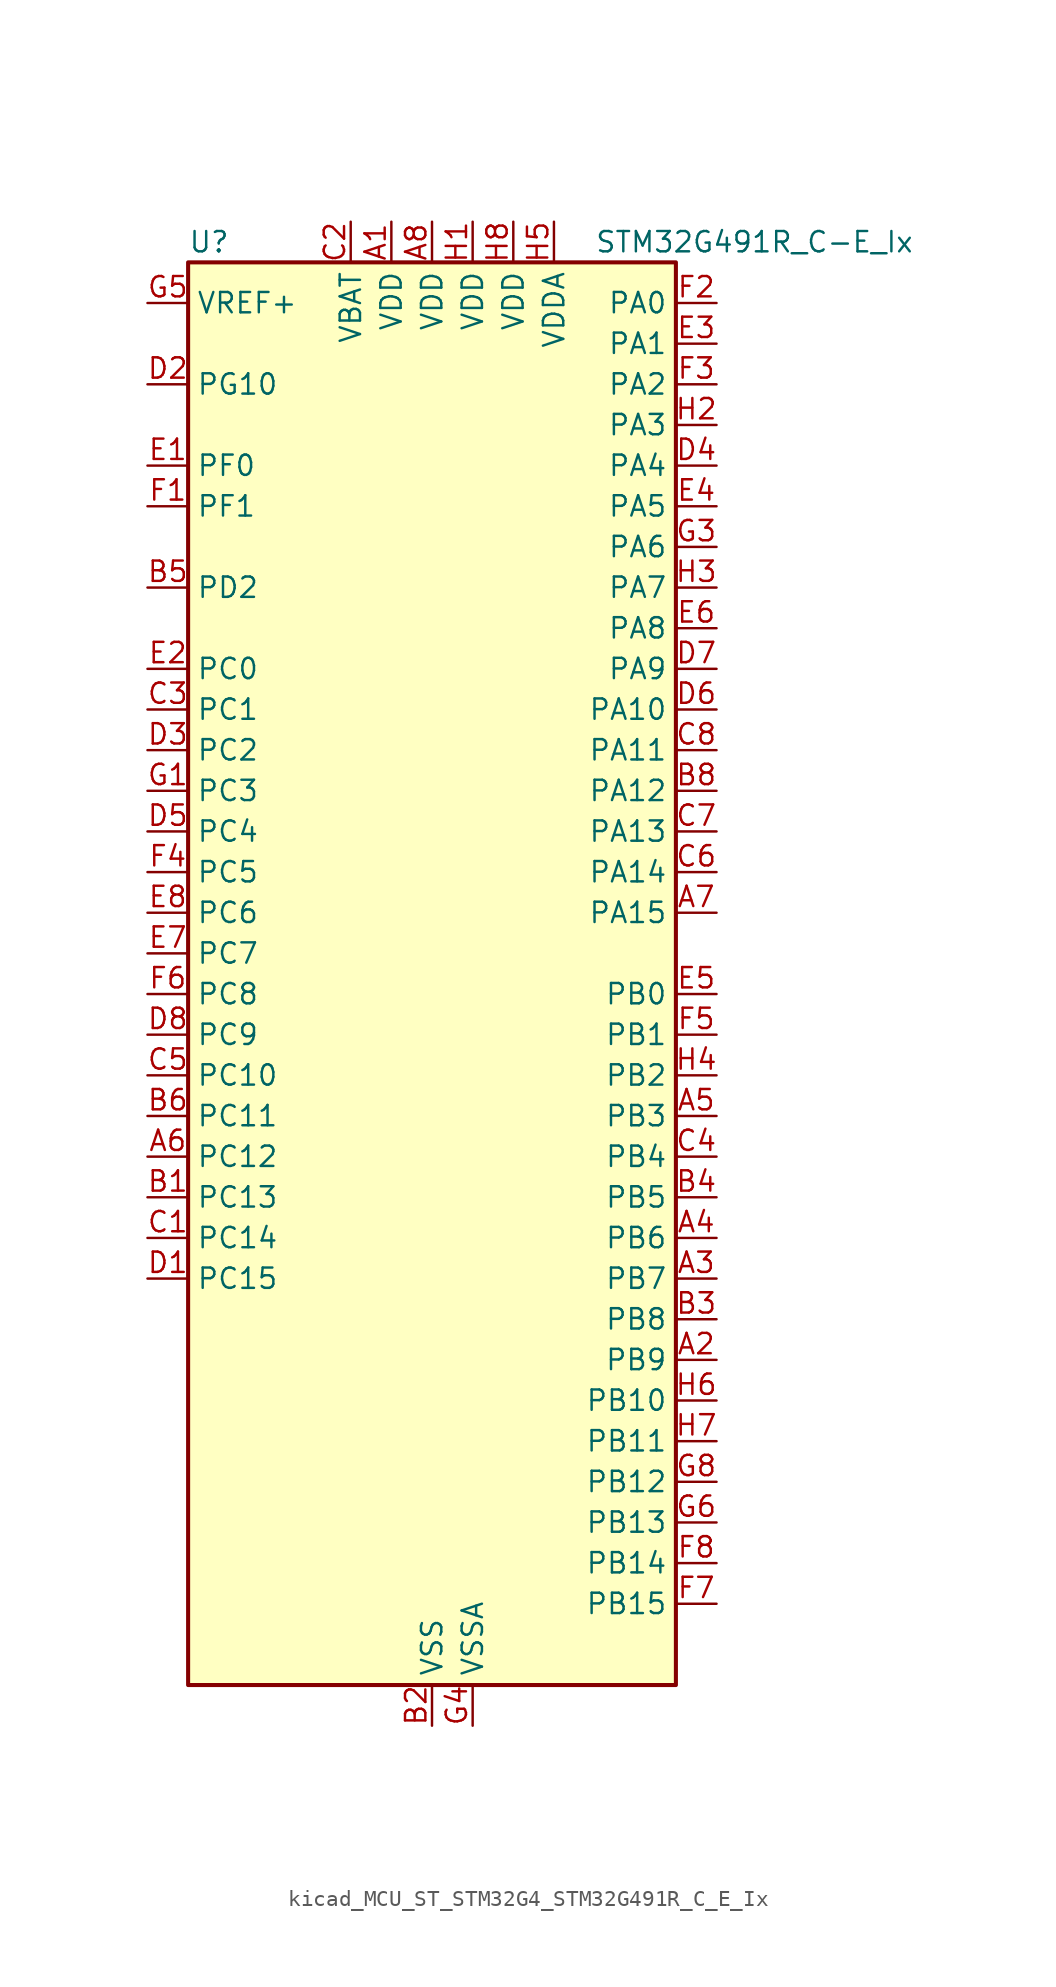
<source format=kicad_sym>
(kicad_symbol_lib
  (version 20220914)
  (generator kicad_symbol_editor)
  (symbol "kicad_MCU_ST_STM32G4_STM32G491R_C_E_Ix"
    (property "Reference" "U"
      (at -15.24 46.99 0)
      (effects (font (size 1.27 1.27)) (justify left)))
    (property "Value" "STM32G491R_C-E_Ix"
      (at 10.16 46.99 0)
      (effects (font (size 1.27 1.27)) (justify left)))
    (property "ki_locked" ""
      (at 0 0 0)
      (effects (font (size 1.27 1.27))))
    (symbol "kicad_MCU_ST_STM32G4_STM32G491R_C_E_Ix_0_1"
      (rectangle (start -15.24 -43.18) (end 15.24 45.72) (stroke (width 0.254) (type default)) (fill (type background))))
    (symbol "kicad_MCU_ST_STM32G4_STM32G491R_C_E_Ix_1_1"
      (pin power_in line (at -2.54 48.26 270) (length 2.54) (name "VDD" (effects (font (size 1.27 1.27)))) (number "A1" (effects (font (size 1.27 1.27)))))
      (pin bidirectional line (at 17.78 -22.86 180) (length 2.54) (name "PB9" (effects (font (size 1.27 1.27)))) (number "A2" (effects (font (size 1.27 1.27)))) (alternate "COMP2_OUT" bidirectional line) (alternate "DAC1_EXTI9" bidirectional line) (alternate "DAC3_EXTI9" bidirectional line) (alternate "FDCAN1_TX" bidirectional line) (alternate "I2C1_SDA" bidirectional line) (alternate "IR_OUT" bidirectional line) (alternate "SAI1_D2" bidirectional line) (alternate "SAI1_FS_A" bidirectional line) (alternate "TIM17_CH1" bidirectional line) (alternate "TIM1_CH3N" bidirectional line) (alternate "TIM4_CH4" bidirectional line) (alternate "TIM8_CH3" bidirectional line) (alternate "USART3_TX" bidirectional line))
      (pin bidirectional line (at 17.78 -17.78 180) (length 2.54) (name "PB7" (effects (font (size 1.27 1.27)))) (number "A3" (effects (font (size 1.27 1.27)))) (alternate "COMP3_OUT" bidirectional line) (alternate "I2C1_SDA" bidirectional line) (alternate "LPTIM1_IN2" bidirectional line) (alternate "SYS_PVD_IN" bidirectional line) (alternate "TIM17_CH1N" bidirectional line) (alternate "TIM3_CH4" bidirectional line) (alternate "TIM4_CH2" bidirectional line) (alternate "TIM8_BKIN" bidirectional line) (alternate "UART4_CTS" bidirectional line) (alternate "USART1_RX" bidirectional line))
      (pin bidirectional line (at 17.78 -15.24 180) (length 2.54) (name "PB6" (effects (font (size 1.27 1.27)))) (number "A4" (effects (font (size 1.27 1.27)))) (alternate "COMP4_OUT" bidirectional line) (alternate "FDCAN2_TX" bidirectional line) (alternate "LPTIM1_ETR" bidirectional line) (alternate "SAI1_FS_B" bidirectional line) (alternate "TIM16_CH1N" bidirectional line) (alternate "TIM4_CH1" bidirectional line) (alternate "TIM8_BKIN2" bidirectional line) (alternate "TIM8_CH1" bidirectional line) (alternate "TIM8_ETR" bidirectional line) (alternate "UCPD1_CC1" bidirectional line) (alternate "USART1_TX" bidirectional line))
      (pin bidirectional line (at 17.78 -7.62 180) (length 2.54) (name "PB3" (effects (font (size 1.27 1.27)))) (number "A5" (effects (font (size 1.27 1.27)))) (alternate "ADC3_EXTI3" bidirectional line) (alternate "CRS_SYNC" bidirectional line) (alternate "I2S3_CK" bidirectional line) (alternate "SAI1_SCK_B" bidirectional line) (alternate "SPI1_SCK" bidirectional line) (alternate "SPI3_SCK" bidirectional line) (alternate "SYS_JTDO-SWO" bidirectional line) (alternate "TIM2_CH2" bidirectional line) (alternate "TIM3_ETR" bidirectional line) (alternate "TIM4_ETR" bidirectional line) (alternate "TIM8_CH1N" bidirectional line) (alternate "USART2_TX" bidirectional line))
      (pin bidirectional line (at -17.78 -10.16 0) (length 2.54) (name "PC12" (effects (font (size 1.27 1.27)))) (number "A6" (effects (font (size 1.27 1.27)))) (alternate "I2S3_SD" bidirectional line) (alternate "SPI3_MOSI" bidirectional line) (alternate "TIM8_CH3N" bidirectional line) (alternate "UART5_TX" bidirectional line) (alternate "UCPD1_FRSTX1" bidirectional line) (alternate "UCPD1_FRSTX2" bidirectional line) (alternate "USART3_CK" bidirectional line))
      (pin bidirectional line (at 17.78 5.08 180) (length 2.54) (name "PA15" (effects (font (size 1.27 1.27)))) (number "A7" (effects (font (size 1.27 1.27)))) (alternate "ADC1_EXTI15" bidirectional line) (alternate "ADC2_EXTI15" bidirectional line) (alternate "I2C1_SCL" bidirectional line) (alternate "I2S3_WS" bidirectional line) (alternate "SPI1_NSS" bidirectional line) (alternate "SPI3_NSS" bidirectional line) (alternate "SYS_JTDI" bidirectional line) (alternate "TIM1_BKIN" bidirectional line) (alternate "TIM20_ETR" bidirectional line) (alternate "TIM2_CH1" bidirectional line) (alternate "TIM2_ETR" bidirectional line) (alternate "TIM8_CH1" bidirectional line) (alternate "UART4_DE" bidirectional line) (alternate "UART4_RTS" bidirectional line) (alternate "USART2_RX" bidirectional line))
      (pin power_in line (at 0 48.26 270) (length 2.54) (name "VDD" (effects (font (size 1.27 1.27)))) (number "A8" (effects (font (size 1.27 1.27)))))
      (pin bidirectional line (at -17.78 -12.7 0) (length 2.54) (name "PC13" (effects (font (size 1.27 1.27)))) (number "B1" (effects (font (size 1.27 1.27)))) (alternate "RTC_OUT1" bidirectional line) (alternate "RTC_TAMP1" bidirectional line) (alternate "RTC_TS" bidirectional line) (alternate "SYS_WKUP2" bidirectional line) (alternate "TIM1_BKIN" bidirectional line) (alternate "TIM1_CH1N" bidirectional line) (alternate "TIM8_CH4N" bidirectional line))
      (pin power_in line (at 0 -45.72 90) (length 2.54) (name "VSS" (effects (font (size 1.27 1.27)))) (number "B2" (effects (font (size 1.27 1.27)))))
      (pin bidirectional line (at 17.78 -20.32 180) (length 2.54) (name "PB8" (effects (font (size 1.27 1.27)))) (number "B3" (effects (font (size 1.27 1.27)))) (alternate "COMP1_OUT" bidirectional line) (alternate "FDCAN1_RX" bidirectional line) (alternate "I2C1_SCL" bidirectional line) (alternate "SAI1_CK1" bidirectional line) (alternate "SAI1_MCLK_A" bidirectional line) (alternate "TIM16_CH1" bidirectional line) (alternate "TIM1_BKIN" bidirectional line) (alternate "TIM4_CH3" bidirectional line) (alternate "TIM8_CH2" bidirectional line) (alternate "USART3_RX" bidirectional line))
      (pin bidirectional line (at 17.78 -12.7 180) (length 2.54) (name "PB5" (effects (font (size 1.27 1.27)))) (number "B4" (effects (font (size 1.27 1.27)))) (alternate "FDCAN2_RX" bidirectional line) (alternate "I2C1_SMBA" bidirectional line) (alternate "I2C3_SDA" bidirectional line) (alternate "I2S3_SD" bidirectional line) (alternate "LPTIM1_IN1" bidirectional line) (alternate "SAI1_SD_B" bidirectional line) (alternate "SPI1_MOSI" bidirectional line) (alternate "SPI3_MOSI" bidirectional line) (alternate "TIM16_BKIN" bidirectional line) (alternate "TIM17_CH1" bidirectional line) (alternate "TIM3_CH2" bidirectional line) (alternate "TIM8_CH3N" bidirectional line) (alternate "UART5_CTS" bidirectional line) (alternate "USART2_CK" bidirectional line))
      (pin bidirectional line (at -17.78 25.4 0) (length 2.54) (name "PD2" (effects (font (size 1.27 1.27)))) (number "B5" (effects (font (size 1.27 1.27)))) (alternate "ADC3_EXTI2" bidirectional line) (alternate "TIM3_ETR" bidirectional line) (alternate "TIM8_BKIN" bidirectional line) (alternate "UART5_RX" bidirectional line))
      (pin bidirectional line (at -17.78 -7.62 0) (length 2.54) (name "PC11" (effects (font (size 1.27 1.27)))) (number "B6" (effects (font (size 1.27 1.27)))) (alternate "ADC1_EXTI11" bidirectional line) (alternate "ADC2_EXTI11" bidirectional line) (alternate "I2C3_SDA" bidirectional line) (alternate "SPI3_MISO" bidirectional line) (alternate "TIM8_CH2N" bidirectional line) (alternate "UART4_RX" bidirectional line) (alternate "USART3_RX" bidirectional line))
      (pin passive line (at 0 -45.72 90) (length 2.54) hide (name "VSS" (effects (font (size 1.27 1.27)))) (number "B7" (effects (font (size 1.27 1.27)))))
      (pin bidirectional line (at 17.78 12.7 180) (length 2.54) (name "PA12" (effects (font (size 1.27 1.27)))) (number "B8" (effects (font (size 1.27 1.27)))) (alternate "COMP2_OUT" bidirectional line) (alternate "FDCAN1_TX" bidirectional line) (alternate "I2S_CKIN" bidirectional line) (alternate "TIM16_CH1" bidirectional line) (alternate "TIM1_CH2N" bidirectional line) (alternate "TIM1_ETR" bidirectional line) (alternate "TIM4_CH2" bidirectional line) (alternate "USART1_DE" bidirectional line) (alternate "USART1_RTS" bidirectional line) (alternate "USB_DP" bidirectional line))
      (pin bidirectional line (at -17.78 -15.24 0) (length 2.54) (name "PC14" (effects (font (size 1.27 1.27)))) (number "C1" (effects (font (size 1.27 1.27)))) (alternate "RCC_OSC32_IN" bidirectional line))
      (pin power_in line (at -5.08 48.26 270) (length 2.54) (name "VBAT" (effects (font (size 1.27 1.27)))) (number "C2" (effects (font (size 1.27 1.27)))))
      (pin bidirectional line (at -17.78 17.78 0) (length 2.54) (name "PC1" (effects (font (size 1.27 1.27)))) (number "C3" (effects (font (size 1.27 1.27)))) (alternate "ADC1_IN7" bidirectional line) (alternate "ADC2_IN7" bidirectional line) (alternate "COMP3_INP" bidirectional line) (alternate "LPTIM1_OUT" bidirectional line) (alternate "LPUART1_TX" bidirectional line) (alternate "QUADSPI1_BK2_IO0" bidirectional line) (alternate "SAI1_SD_A" bidirectional line) (alternate "TIM1_CH2" bidirectional line))
      (pin bidirectional line (at 17.78 -10.16 180) (length 2.54) (name "PB4" (effects (font (size 1.27 1.27)))) (number "C4" (effects (font (size 1.27 1.27)))) (alternate "SAI1_MCLK_B" bidirectional line) (alternate "SPI1_MISO" bidirectional line) (alternate "SPI3_MISO" bidirectional line) (alternate "SYS_JTRST" bidirectional line) (alternate "TIM16_CH1" bidirectional line) (alternate "TIM17_BKIN" bidirectional line) (alternate "TIM3_CH1" bidirectional line) (alternate "TIM8_CH2N" bidirectional line) (alternate "UART5_DE" bidirectional line) (alternate "UART5_RTS" bidirectional line) (alternate "UCPD1_CC2" bidirectional line) (alternate "USART2_RX" bidirectional line))
      (pin bidirectional line (at -17.78 -5.08 0) (length 2.54) (name "PC10" (effects (font (size 1.27 1.27)))) (number "C5" (effects (font (size 1.27 1.27)))) (alternate "DAC1_EXTI10" bidirectional line) (alternate "DAC3_EXTI10" bidirectional line) (alternate "I2S3_CK" bidirectional line) (alternate "SPI3_SCK" bidirectional line) (alternate "TIM8_CH1N" bidirectional line) (alternate "UART4_TX" bidirectional line) (alternate "USART3_TX" bidirectional line))
      (pin bidirectional line (at 17.78 7.62 180) (length 2.54) (name "PA14" (effects (font (size 1.27 1.27)))) (number "C6" (effects (font (size 1.27 1.27)))) (alternate "I2C1_SDA" bidirectional line) (alternate "LPTIM1_OUT" bidirectional line) (alternate "SAI1_FS_B" bidirectional line) (alternate "SYS_JTCK-SWCLK" bidirectional line) (alternate "TIM1_BKIN" bidirectional line) (alternate "TIM8_CH2" bidirectional line) (alternate "USART2_TX" bidirectional line))
      (pin bidirectional line (at 17.78 10.16 180) (length 2.54) (name "PA13" (effects (font (size 1.27 1.27)))) (number "C7" (effects (font (size 1.27 1.27)))) (alternate "I2C1_SCL" bidirectional line) (alternate "IR_OUT" bidirectional line) (alternate "SAI1_SD_B" bidirectional line) (alternate "SYS_JTMS-SWDIO" bidirectional line) (alternate "TIM16_CH1N" bidirectional line) (alternate "TIM4_CH3" bidirectional line) (alternate "USART3_CTS" bidirectional line) (alternate "USART3_NSS" bidirectional line))
      (pin bidirectional line (at 17.78 15.24 180) (length 2.54) (name "PA11" (effects (font (size 1.27 1.27)))) (number "C8" (effects (font (size 1.27 1.27)))) (alternate "ADC1_EXTI11" bidirectional line) (alternate "ADC2_EXTI11" bidirectional line) (alternate "COMP1_OUT" bidirectional line) (alternate "FDCAN1_RX" bidirectional line) (alternate "I2S2_SD" bidirectional line) (alternate "SPI2_MOSI" bidirectional line) (alternate "TIM1_BKIN2" bidirectional line) (alternate "TIM1_CH1N" bidirectional line) (alternate "TIM1_CH4" bidirectional line) (alternate "TIM4_CH1" bidirectional line) (alternate "USART1_CTS" bidirectional line) (alternate "USART1_NSS" bidirectional line) (alternate "USB_DM" bidirectional line))
      (pin bidirectional line (at -17.78 -17.78 0) (length 2.54) (name "PC15" (effects (font (size 1.27 1.27)))) (number "D1" (effects (font (size 1.27 1.27)))) (alternate "ADC1_EXTI15" bidirectional line) (alternate "ADC2_EXTI15" bidirectional line) (alternate "RCC_OSC32_OUT" bidirectional line))
      (pin bidirectional line (at -17.78 38.1 0) (length 2.54) (name "PG10" (effects (font (size 1.27 1.27)))) (number "D2" (effects (font (size 1.27 1.27)))) (alternate "DAC1_EXTI10" bidirectional line) (alternate "DAC3_EXTI10" bidirectional line) (alternate "RCC_MCO" bidirectional line))
      (pin bidirectional line (at -17.78 15.24 0) (length 2.54) (name "PC2" (effects (font (size 1.27 1.27)))) (number "D3" (effects (font (size 1.27 1.27)))) (alternate "ADC1_IN8" bidirectional line) (alternate "ADC2_IN8" bidirectional line) (alternate "ADC3_EXTI2" bidirectional line) (alternate "COMP3_OUT" bidirectional line) (alternate "LPTIM1_IN2" bidirectional line) (alternate "QUADSPI1_BK2_IO1" bidirectional line) (alternate "TIM1_CH3" bidirectional line) (alternate "TIM20_CH2" bidirectional line))
      (pin bidirectional line (at 17.78 33.02 180) (length 2.54) (name "PA4" (effects (font (size 1.27 1.27)))) (number "D4" (effects (font (size 1.27 1.27)))) (alternate "ADC2_IN17" bidirectional line) (alternate "COMP1_INM" bidirectional line) (alternate "DAC1_OUT1" bidirectional line) (alternate "I2S3_WS" bidirectional line) (alternate "SAI1_FS_B" bidirectional line) (alternate "SPI1_NSS" bidirectional line) (alternate "SPI3_NSS" bidirectional line) (alternate "TIM3_CH2" bidirectional line) (alternate "USART2_CK" bidirectional line))
      (pin bidirectional line (at -17.78 10.16 0) (length 2.54) (name "PC4" (effects (font (size 1.27 1.27)))) (number "D5" (effects (font (size 1.27 1.27)))) (alternate "ADC2_IN5" bidirectional line) (alternate "I2C2_SCL" bidirectional line) (alternate "QUADSPI1_BK2_IO3" bidirectional line) (alternate "TIM1_ETR" bidirectional line) (alternate "USART1_TX" bidirectional line))
      (pin bidirectional line (at 17.78 17.78 180) (length 2.54) (name "PA10" (effects (font (size 1.27 1.27)))) (number "D6" (effects (font (size 1.27 1.27)))) (alternate "CRS_SYNC" bidirectional line) (alternate "DAC1_EXTI10" bidirectional line) (alternate "DAC3_EXTI10" bidirectional line) (alternate "I2C2_SMBA" bidirectional line) (alternate "SAI1_D1" bidirectional line) (alternate "SAI1_SD_A" bidirectional line) (alternate "SPI2_MISO" bidirectional line) (alternate "TIM17_BKIN" bidirectional line) (alternate "TIM1_CH3" bidirectional line) (alternate "TIM2_CH4" bidirectional line) (alternate "TIM8_BKIN" bidirectional line) (alternate "UCPD1_DBCC2" bidirectional line) (alternate "USART1_RX" bidirectional line))
      (pin bidirectional line (at 17.78 20.32 180) (length 2.54) (name "PA9" (effects (font (size 1.27 1.27)))) (number "D7" (effects (font (size 1.27 1.27)))) (alternate "DAC1_EXTI9" bidirectional line) (alternate "DAC3_EXTI9" bidirectional line) (alternate "I2C2_SCL" bidirectional line) (alternate "I2C3_SMBA" bidirectional line) (alternate "I2S3_MCK" bidirectional line) (alternate "SAI1_FS_A" bidirectional line) (alternate "TIM15_BKIN" bidirectional line) (alternate "TIM1_CH2" bidirectional line) (alternate "TIM2_CH3" bidirectional line) (alternate "UCPD1_DBCC1" bidirectional line) (alternate "USART1_TX" bidirectional line))
      (pin bidirectional line (at -17.78 -2.54 0) (length 2.54) (name "PC9" (effects (font (size 1.27 1.27)))) (number "D8" (effects (font (size 1.27 1.27)))) (alternate "DAC1_EXTI9" bidirectional line) (alternate "DAC3_EXTI9" bidirectional line) (alternate "I2C3_SDA" bidirectional line) (alternate "I2S_CKIN" bidirectional line) (alternate "TIM3_CH4" bidirectional line) (alternate "TIM8_BKIN2" bidirectional line) (alternate "TIM8_CH4" bidirectional line))
      (pin bidirectional line (at -17.78 33.02 0) (length 2.54) (name "PF0" (effects (font (size 1.27 1.27)))) (number "E1" (effects (font (size 1.27 1.27)))) (alternate "ADC1_IN10" bidirectional line) (alternate "I2C2_SDA" bidirectional line) (alternate "I2S2_WS" bidirectional line) (alternate "RCC_OSC_IN" bidirectional line) (alternate "SPI2_NSS" bidirectional line) (alternate "TIM1_CH3N" bidirectional line))
      (pin bidirectional line (at -17.78 20.32 0) (length 2.54) (name "PC0" (effects (font (size 1.27 1.27)))) (number "E2" (effects (font (size 1.27 1.27)))) (alternate "ADC1_IN6" bidirectional line) (alternate "ADC2_IN6" bidirectional line) (alternate "COMP3_INM" bidirectional line) (alternate "LPTIM1_IN1" bidirectional line) (alternate "LPUART1_RX" bidirectional line) (alternate "TIM1_CH1" bidirectional line))
      (pin bidirectional line (at 17.78 40.64 180) (length 2.54) (name "PA1" (effects (font (size 1.27 1.27)))) (number "E3" (effects (font (size 1.27 1.27)))) (alternate "ADC1_IN2" bidirectional line) (alternate "ADC2_IN2" bidirectional line) (alternate "COMP1_INP" bidirectional line) (alternate "OPAMP1_VINP" bidirectional line) (alternate "OPAMP1_VINP_SEC" bidirectional line) (alternate "OPAMP3_VINP" bidirectional line) (alternate "OPAMP3_VINP_SEC" bidirectional line) (alternate "OPAMP6_VINM" bidirectional line) (alternate "OPAMP6_VINM0" bidirectional line) (alternate "OPAMP6_VINM_SEC" bidirectional line) (alternate "RTC_REFIN" bidirectional line) (alternate "TIM15_CH1N" bidirectional line) (alternate "TIM2_CH2" bidirectional line) (alternate "USART2_DE" bidirectional line) (alternate "USART2_RTS" bidirectional line))
      (pin bidirectional line (at 17.78 30.48 180) (length 2.54) (name "PA5" (effects (font (size 1.27 1.27)))) (number "E4" (effects (font (size 1.27 1.27)))) (alternate "ADC2_IN13" bidirectional line) (alternate "COMP2_INM" bidirectional line) (alternate "DAC1_OUT2" bidirectional line) (alternate "OPAMP2_VINM" bidirectional line) (alternate "OPAMP2_VINM0" bidirectional line) (alternate "OPAMP2_VINM_SEC" bidirectional line) (alternate "SPI1_SCK" bidirectional line) (alternate "TIM2_CH1" bidirectional line) (alternate "TIM2_ETR" bidirectional line) (alternate "UCPD1_FRSTX1" bidirectional line) (alternate "UCPD1_FRSTX2" bidirectional line))
      (pin bidirectional line (at 17.78 0 180) (length 2.54) (name "PB0" (effects (font (size 1.27 1.27)))) (number "E5" (effects (font (size 1.27 1.27)))) (alternate "ADC1_IN15" bidirectional line) (alternate "ADC3_IN12" bidirectional line) (alternate "COMP4_INP" bidirectional line) (alternate "OPAMP2_VINP" bidirectional line) (alternate "OPAMP2_VINP_SEC" bidirectional line) (alternate "OPAMP3_VINP" bidirectional line) (alternate "OPAMP3_VINP_SEC" bidirectional line) (alternate "QUADSPI1_BK1_IO1" bidirectional line) (alternate "TIM1_CH2N" bidirectional line) (alternate "TIM3_CH3" bidirectional line) (alternate "TIM8_CH2N" bidirectional line) (alternate "UCPD1_FRSTX1" bidirectional line) (alternate "UCPD1_FRSTX2" bidirectional line))
      (pin bidirectional line (at 17.78 22.86 180) (length 2.54) (name "PA8" (effects (font (size 1.27 1.27)))) (number "E6" (effects (font (size 1.27 1.27)))) (alternate "I2C2_SDA" bidirectional line) (alternate "I2C3_SCL" bidirectional line) (alternate "I2S2_MCK" bidirectional line) (alternate "RCC_MCO" bidirectional line) (alternate "SAI1_CK2" bidirectional line) (alternate "SAI1_SCK_A" bidirectional line) (alternate "TIM1_CH1" bidirectional line) (alternate "TIM4_ETR" bidirectional line) (alternate "USART1_CK" bidirectional line))
      (pin bidirectional line (at -17.78 2.54 0) (length 2.54) (name "PC7" (effects (font (size 1.27 1.27)))) (number "E7" (effects (font (size 1.27 1.27)))) (alternate "I2S3_MCK" bidirectional line) (alternate "TIM3_CH2" bidirectional line) (alternate "TIM8_CH2" bidirectional line))
      (pin bidirectional line (at -17.78 5.08 0) (length 2.54) (name "PC6" (effects (font (size 1.27 1.27)))) (number "E8" (effects (font (size 1.27 1.27)))) (alternate "I2S2_MCK" bidirectional line) (alternate "TIM3_CH1" bidirectional line) (alternate "TIM8_CH1" bidirectional line))
      (pin bidirectional line (at -17.78 30.48 0) (length 2.54) (name "PF1" (effects (font (size 1.27 1.27)))) (number "F1" (effects (font (size 1.27 1.27)))) (alternate "ADC2_IN10" bidirectional line) (alternate "COMP3_INM" bidirectional line) (alternate "I2S2_CK" bidirectional line) (alternate "RCC_OSC_OUT" bidirectional line) (alternate "SPI2_SCK" bidirectional line))
      (pin bidirectional line (at 17.78 43.18 180) (length 2.54) (name "PA0" (effects (font (size 1.27 1.27)))) (number "F2" (effects (font (size 1.27 1.27)))) (alternate "ADC1_IN1" bidirectional line) (alternate "ADC2_IN1" bidirectional line) (alternate "COMP1_INM" bidirectional line) (alternate "COMP1_OUT" bidirectional line) (alternate "COMP3_INP" bidirectional line) (alternate "RTC_TAMP2" bidirectional line) (alternate "SYS_WKUP1" bidirectional line) (alternate "TIM2_CH1" bidirectional line) (alternate "TIM2_ETR" bidirectional line) (alternate "TIM8_BKIN" bidirectional line) (alternate "TIM8_ETR" bidirectional line) (alternate "USART2_CTS" bidirectional line) (alternate "USART2_NSS" bidirectional line))
      (pin bidirectional line (at 17.78 38.1 180) (length 2.54) (name "PA2" (effects (font (size 1.27 1.27)))) (number "F3" (effects (font (size 1.27 1.27)))) (alternate "ADC1_IN3" bidirectional line) (alternate "ADC3_EXTI2" bidirectional line) (alternate "COMP2_INM" bidirectional line) (alternate "COMP2_OUT" bidirectional line) (alternate "LPUART1_TX" bidirectional line) (alternate "OPAMP1_VOUT" bidirectional line) (alternate "QUADSPI1_BK1_NCS" bidirectional line) (alternate "RCC_LSCO" bidirectional line) (alternate "SYS_WKUP4" bidirectional line) (alternate "TIM15_CH1" bidirectional line) (alternate "TIM2_CH3" bidirectional line) (alternate "UCPD1_FRSTX1" bidirectional line) (alternate "UCPD1_FRSTX2" bidirectional line) (alternate "USART2_TX" bidirectional line))
      (pin bidirectional line (at -17.78 7.62 0) (length 2.54) (name "PC5" (effects (font (size 1.27 1.27)))) (number "F4" (effects (font (size 1.27 1.27)))) (alternate "ADC2_IN11" bidirectional line) (alternate "OPAMP1_VINM" bidirectional line) (alternate "OPAMP1_VINM1" bidirectional line) (alternate "OPAMP1_VINM_SEC" bidirectional line) (alternate "OPAMP2_VINM" bidirectional line) (alternate "OPAMP2_VINM1" bidirectional line) (alternate "OPAMP2_VINM_SEC" bidirectional line) (alternate "SAI1_D3" bidirectional line) (alternate "SYS_WKUP5" bidirectional line) (alternate "TIM15_BKIN" bidirectional line) (alternate "TIM1_CH4N" bidirectional line) (alternate "USART1_RX" bidirectional line))
      (pin bidirectional line (at 17.78 -2.54 180) (length 2.54) (name "PB1" (effects (font (size 1.27 1.27)))) (number "F5" (effects (font (size 1.27 1.27)))) (alternate "ADC1_IN12" bidirectional line) (alternate "ADC3_IN1" bidirectional line) (alternate "COMP1_INP" bidirectional line) (alternate "COMP4_OUT" bidirectional line) (alternate "LPUART1_DE" bidirectional line) (alternate "LPUART1_RTS" bidirectional line) (alternate "OPAMP3_VOUT" bidirectional line) (alternate "OPAMP6_VINM" bidirectional line) (alternate "OPAMP6_VINM1" bidirectional line) (alternate "OPAMP6_VINM_SEC" bidirectional line) (alternate "QUADSPI1_BK1_IO0" bidirectional line) (alternate "TIM1_CH3N" bidirectional line) (alternate "TIM3_CH4" bidirectional line) (alternate "TIM8_CH3N" bidirectional line))
      (pin bidirectional line (at -17.78 0 0) (length 2.54) (name "PC8" (effects (font (size 1.27 1.27)))) (number "F6" (effects (font (size 1.27 1.27)))) (alternate "I2C3_SCL" bidirectional line) (alternate "TIM20_CH3" bidirectional line) (alternate "TIM3_CH3" bidirectional line) (alternate "TIM8_CH3" bidirectional line))
      (pin bidirectional line (at 17.78 -38.1 180) (length 2.54) (name "PB15" (effects (font (size 1.27 1.27)))) (number "F7" (effects (font (size 1.27 1.27)))) (alternate "ADC1_EXTI15" bidirectional line) (alternate "ADC2_EXTI15" bidirectional line) (alternate "ADC2_IN15" bidirectional line) (alternate "COMP3_OUT" bidirectional line) (alternate "I2S2_SD" bidirectional line) (alternate "RTC_REFIN" bidirectional line) (alternate "SPI2_MOSI" bidirectional line) (alternate "TIM15_CH1N" bidirectional line) (alternate "TIM15_CH2" bidirectional line) (alternate "TIM1_CH3N" bidirectional line))
      (pin bidirectional line (at 17.78 -35.56 180) (length 2.54) (name "PB14" (effects (font (size 1.27 1.27)))) (number "F8" (effects (font (size 1.27 1.27)))) (alternate "ADC1_IN5" bidirectional line) (alternate "COMP4_OUT" bidirectional line) (alternate "OPAMP2_VINP" bidirectional line) (alternate "OPAMP2_VINP_SEC" bidirectional line) (alternate "SPI2_MISO" bidirectional line) (alternate "TIM15_CH1" bidirectional line) (alternate "TIM1_CH2N" bidirectional line) (alternate "USART3_DE" bidirectional line) (alternate "USART3_RTS" bidirectional line))
      (pin bidirectional line (at -17.78 12.7 0) (length 2.54) (name "PC3" (effects (font (size 1.27 1.27)))) (number "G1" (effects (font (size 1.27 1.27)))) (alternate "ADC1_IN9" bidirectional line) (alternate "ADC2_IN9" bidirectional line) (alternate "ADC3_EXTI3" bidirectional line) (alternate "LPTIM1_ETR" bidirectional line) (alternate "QUADSPI1_BK2_IO2" bidirectional line) (alternate "SAI1_D1" bidirectional line) (alternate "SAI1_SD_A" bidirectional line) (alternate "TIM1_BKIN2" bidirectional line) (alternate "TIM1_CH4" bidirectional line))
      (pin passive line (at 0 -45.72 90) (length 2.54) hide (name "VSS" (effects (font (size 1.27 1.27)))) (number "G2" (effects (font (size 1.27 1.27)))))
      (pin bidirectional line (at 17.78 27.94 180) (length 2.54) (name "PA6" (effects (font (size 1.27 1.27)))) (number "G3" (effects (font (size 1.27 1.27)))) (alternate "ADC2_IN3" bidirectional line) (alternate "COMP1_OUT" bidirectional line) (alternate "LPUART1_CTS" bidirectional line) (alternate "OPAMP2_VOUT" bidirectional line) (alternate "QUADSPI1_BK1_IO3" bidirectional line) (alternate "SPI1_MISO" bidirectional line) (alternate "TIM16_CH1" bidirectional line) (alternate "TIM1_BKIN" bidirectional line) (alternate "TIM3_CH1" bidirectional line) (alternate "TIM8_BKIN" bidirectional line))
      (pin power_in line (at 2.54 -45.72 90) (length 2.54) (name "VSSA" (effects (font (size 1.27 1.27)))) (number "G4" (effects (font (size 1.27 1.27)))))
      (pin input line (at -17.78 43.18 0) (length 2.54) (name "VREF+" (effects (font (size 1.27 1.27)))) (number "G5" (effects (font (size 1.27 1.27)))) (alternate "VREFBUF_OUT" bidirectional line))
      (pin bidirectional line (at 17.78 -33.02 180) (length 2.54) (name "PB13" (effects (font (size 1.27 1.27)))) (number "G6" (effects (font (size 1.27 1.27)))) (alternate "ADC3_IN5" bidirectional line) (alternate "FDCAN2_TX" bidirectional line) (alternate "I2S2_CK" bidirectional line) (alternate "LPUART1_CTS" bidirectional line) (alternate "OPAMP3_VINP" bidirectional line) (alternate "OPAMP3_VINP_SEC" bidirectional line) (alternate "OPAMP6_VINP" bidirectional line) (alternate "OPAMP6_VINP_SEC" bidirectional line) (alternate "SPI2_SCK" bidirectional line) (alternate "TIM1_CH1N" bidirectional line) (alternate "USART3_CTS" bidirectional line) (alternate "USART3_NSS" bidirectional line))
      (pin passive line (at 0 -45.72 90) (length 2.54) hide (name "VSS" (effects (font (size 1.27 1.27)))) (number "G7" (effects (font (size 1.27 1.27)))))
      (pin bidirectional line (at 17.78 -30.48 180) (length 2.54) (name "PB12" (effects (font (size 1.27 1.27)))) (number "G8" (effects (font (size 1.27 1.27)))) (alternate "ADC1_IN11" bidirectional line) (alternate "FDCAN2_RX" bidirectional line) (alternate "I2C2_SMBA" bidirectional line) (alternate "I2S2_WS" bidirectional line) (alternate "LPUART1_DE" bidirectional line) (alternate "LPUART1_RTS" bidirectional line) (alternate "OPAMP6_VINP" bidirectional line) (alternate "OPAMP6_VINP_SEC" bidirectional line) (alternate "SPI2_NSS" bidirectional line) (alternate "TIM1_BKIN" bidirectional line) (alternate "USART3_CK" bidirectional line))
      (pin power_in line (at 2.54 48.26 270) (length 2.54) (name "VDD" (effects (font (size 1.27 1.27)))) (number "H1" (effects (font (size 1.27 1.27)))))
      (pin bidirectional line (at 17.78 35.56 180) (length 2.54) (name "PA3" (effects (font (size 1.27 1.27)))) (number "H2" (effects (font (size 1.27 1.27)))) (alternate "ADC1_IN4" bidirectional line) (alternate "ADC3_EXTI3" bidirectional line) (alternate "COMP2_INP" bidirectional line) (alternate "LPUART1_RX" bidirectional line) (alternate "OPAMP1_VINM" bidirectional line) (alternate "OPAMP1_VINM0" bidirectional line) (alternate "OPAMP1_VINM_SEC" bidirectional line) (alternate "OPAMP1_VINP" bidirectional line) (alternate "OPAMP1_VINP_SEC" bidirectional line) (alternate "QUADSPI1_CLK" bidirectional line) (alternate "SAI1_CK1" bidirectional line) (alternate "SAI1_MCLK_A" bidirectional line) (alternate "TIM15_CH2" bidirectional line) (alternate "TIM2_CH4" bidirectional line) (alternate "USART2_RX" bidirectional line))
      (pin bidirectional line (at 17.78 25.4 180) (length 2.54) (name "PA7" (effects (font (size 1.27 1.27)))) (number "H3" (effects (font (size 1.27 1.27)))) (alternate "ADC2_IN4" bidirectional line) (alternate "COMP2_INP" bidirectional line) (alternate "COMP2_OUT" bidirectional line) (alternate "OPAMP1_VINP" bidirectional line) (alternate "OPAMP1_VINP_SEC" bidirectional line) (alternate "OPAMP2_VINP" bidirectional line) (alternate "OPAMP2_VINP_SEC" bidirectional line) (alternate "QUADSPI1_BK1_IO2" bidirectional line) (alternate "SPI1_MOSI" bidirectional line) (alternate "TIM17_CH1" bidirectional line) (alternate "TIM1_CH1N" bidirectional line) (alternate "TIM3_CH2" bidirectional line) (alternate "TIM8_CH1N" bidirectional line) (alternate "UCPD1_FRSTX1" bidirectional line) (alternate "UCPD1_FRSTX2" bidirectional line))
      (pin bidirectional line (at 17.78 -5.08 180) (length 2.54) (name "PB2" (effects (font (size 1.27 1.27)))) (number "H4" (effects (font (size 1.27 1.27)))) (alternate "ADC2_IN12" bidirectional line) (alternate "ADC3_EXTI2" bidirectional line) (alternate "COMP4_INM" bidirectional line) (alternate "I2C3_SMBA" bidirectional line) (alternate "LPTIM1_OUT" bidirectional line) (alternate "OPAMP3_VINM" bidirectional line) (alternate "OPAMP3_VINM0" bidirectional line) (alternate "OPAMP3_VINM_SEC" bidirectional line) (alternate "QUADSPI1_BK2_IO1" bidirectional line) (alternate "RTC_OUT2" bidirectional line) (alternate "TIM20_CH1" bidirectional line))
      (pin power_in line (at 7.62 48.26 270) (length 2.54) (name "VDDA" (effects (font (size 1.27 1.27)))) (number "H5" (effects (font (size 1.27 1.27)))))
      (pin bidirectional line (at 17.78 -25.4 180) (length 2.54) (name "PB10" (effects (font (size 1.27 1.27)))) (number "H6" (effects (font (size 1.27 1.27)))) (alternate "DAC1_EXTI10" bidirectional line) (alternate "DAC3_EXTI10" bidirectional line) (alternate "LPUART1_RX" bidirectional line) (alternate "OPAMP3_VINM" bidirectional line) (alternate "OPAMP3_VINM1" bidirectional line) (alternate "OPAMP3_VINM_SEC" bidirectional line) (alternate "QUADSPI1_CLK" bidirectional line) (alternate "SAI1_SCK_A" bidirectional line) (alternate "TIM1_BKIN" bidirectional line) (alternate "TIM2_CH3" bidirectional line) (alternate "USART3_TX" bidirectional line))
      (pin bidirectional line (at 17.78 -27.94 180) (length 2.54) (name "PB11" (effects (font (size 1.27 1.27)))) (number "H7" (effects (font (size 1.27 1.27)))) (alternate "ADC1_EXTI11" bidirectional line) (alternate "ADC1_IN14" bidirectional line) (alternate "ADC2_EXTI11" bidirectional line) (alternate "ADC2_IN14" bidirectional line) (alternate "LPUART1_TX" bidirectional line) (alternate "OPAMP6_VOUT" bidirectional line) (alternate "QUADSPI1_BK1_NCS" bidirectional line) (alternate "TIM2_CH4" bidirectional line) (alternate "USART3_RX" bidirectional line))
      (pin power_in line (at 5.08 48.26 270) (length 2.54) (name "VDD" (effects (font (size 1.27 1.27)))) (number "H8" (effects (font (size 1.27 1.27))))))))
</source>
